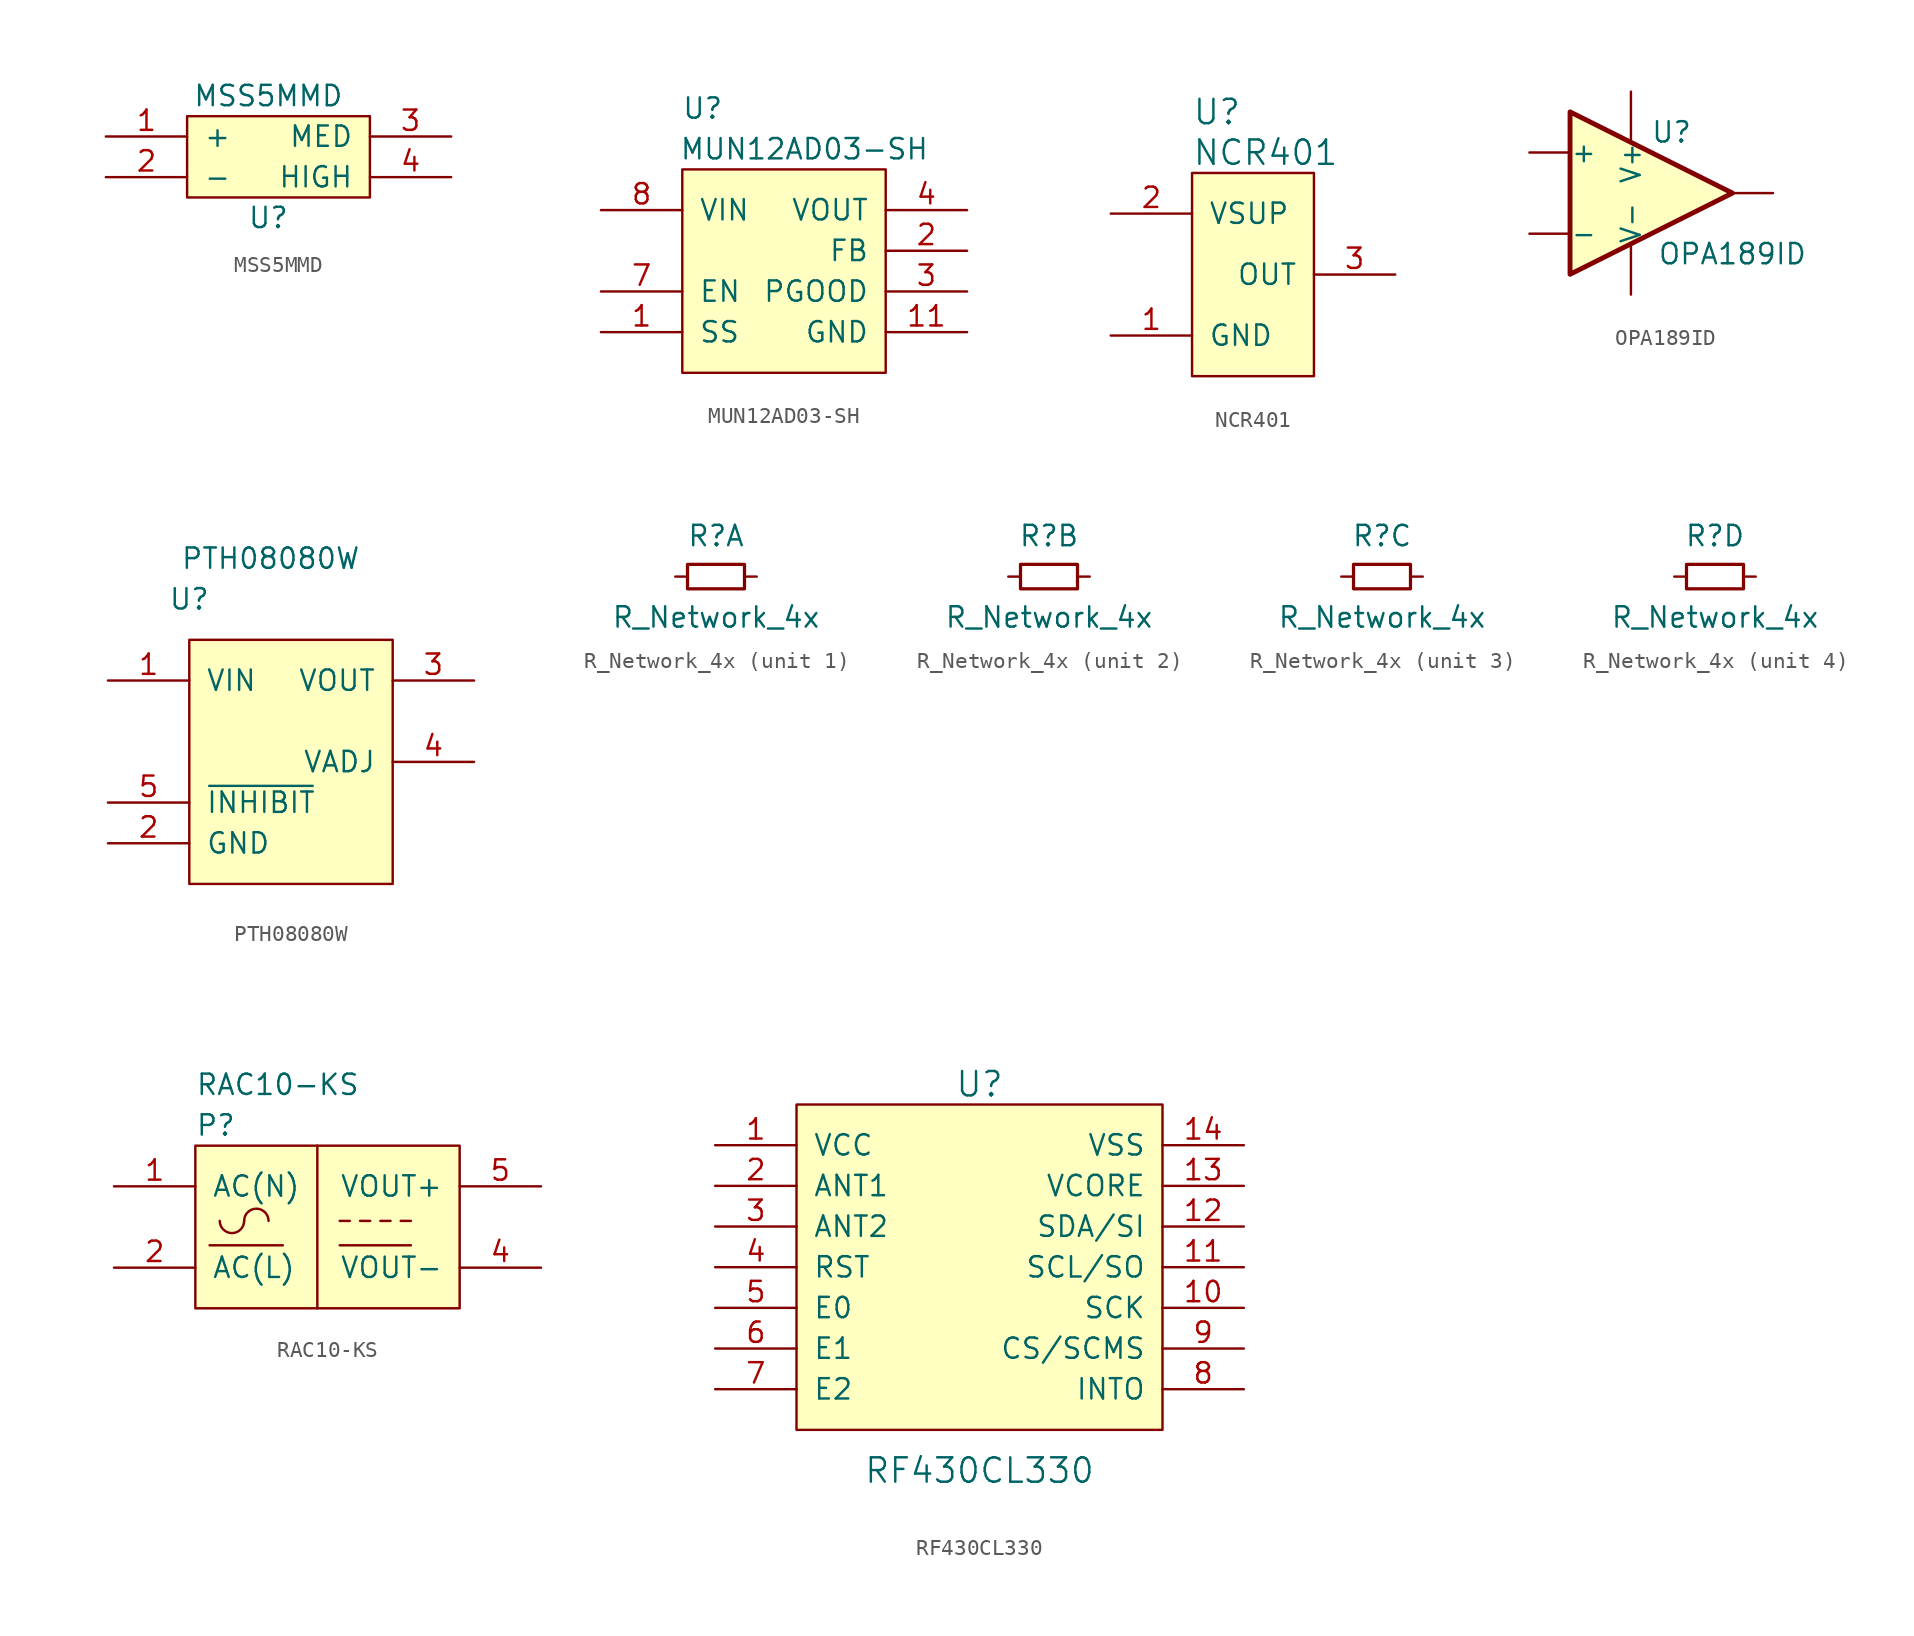
<source format=kicad_sym>
(kicad_symbol_lib
  (version 20201005)
  (generator kicad_symbol_editor)
  (symbol "goyman:MSS5MMD"
    (pin_names
      (offset 1.016))
    (property "Reference" "U"
      (at 0 -3.81 0)
      (effects (font (size 1.27 1.27))))
    (property "Value" "MSS5MMD"
      (at 0 3.81 0)
      (effects (font (size 1.27 1.27))))
    (symbol "MSS5MMD_0_1"
      (rectangle (start -5.08 2.54) (end 6.35 -2.54) (stroke (width 0)) (fill (type background))))
    (symbol "MSS5MMD_1_1"
      (pin power_in line (at -10.16 1.27 0) (length 5.08) (name "+" (effects (font (size 1.27 1.27)))) (number "1" (effects (font (size 1.27 1.27)))))
      (pin power_in line (at -10.16 -1.27 0) (length 5.08) (name "-" (effects (font (size 1.27 1.27)))) (number "2" (effects (font (size 1.27 1.27)))))
      (pin power_in line (at 11.43 1.27 180) (length 5.08) (name "MED" (effects (font (size 1.27 1.27)))) (number "3" (effects (font (size 1.27 1.27)))))
      (pin power_in line (at 11.43 -1.27 180) (length 5.08) (name "HIGH" (effects (font (size 1.27 1.27)))) (number "4" (effects (font (size 1.27 1.27)))))))
  (symbol "goyman:MUN12AD03-SH"
    (pin_names
      (offset 1.016))
    (property "Reference" "U"
      (at 1.27 3.81 0)
      (effects (font (size 1.27 1.27))))
    (property "Value" "MUN12AD03-SH"
      (at 7.62 1.27 0)
      (effects (font (size 1.27 1.27))))
    (symbol "MUN12AD03-SH_0_1"
      (rectangle (start 0 0) (end 12.7 -12.7) (stroke (width 0)) (fill (type background))))
    (symbol "MUN12AD03-SH_1_1"
      (pin passive line (at -5.08 -10.16 0) (length 5.08) (name "SS" (effects (font (size 1.27 1.27)))) (number "1" (effects (font (size 1.27 1.27)))))
      (pin passive line (at 17.78 -10.16 180) (length 5.08) hide (name "GND" (effects (font (size 1.27 1.27)))) (number "10" (effects (font (size 1.27 1.27)))))
      (pin passive line (at 17.78 -10.16 180) (length 5.08) (name "GND" (effects (font (size 1.27 1.27)))) (number "11" (effects (font (size 1.27 1.27)))))
      (pin passive line (at 17.78 -5.08 180) (length 5.08) (name "FB" (effects (font (size 1.27 1.27)))) (number "2" (effects (font (size 1.27 1.27)))))
      (pin passive line (at 17.78 -7.62 180) (length 5.08) (name "PGOOD" (effects (font (size 1.27 1.27)))) (number "3" (effects (font (size 1.27 1.27)))))
      (pin passive line (at 17.78 -2.54 180) (length 5.08) (name "VOUT" (effects (font (size 1.27 1.27)))) (number "4" (effects (font (size 1.27 1.27)))))
      (pin passive line (at 17.78 -10.16 180) (length 5.08) hide (name "GND" (effects (font (size 1.27 1.27)))) (number "5" (effects (font (size 1.27 1.27)))))
      (pin unconnected line (at -5.08 -5.08 0) (length 5.08) hide (name "NC" (effects (font (size 1.27 1.27)))) (number "6" (effects (font (size 1.27 1.27)))))
      (pin passive line (at -5.08 -7.62 0) (length 5.08) (name "EN" (effects (font (size 1.27 1.27)))) (number "7" (effects (font (size 1.27 1.27)))))
      (pin passive line (at -5.08 -2.54 0) (length 5.08) (name "VIN" (effects (font (size 1.27 1.27)))) (number "8" (effects (font (size 1.27 1.27)))))
      (pin passive line (at 17.78 -2.54 180) (length 5.08) hide (name "VOUT" (effects (font (size 1.27 1.27)))) (number "9" (effects (font (size 1.27 1.27)))))))
  (symbol "goyman:NCR401"
    (pin_names
      (offset 1.016))
    (property "Reference" "U"
      (at 0 3.81 0)
      (effects (font (size 1.524 1.524)) (justify left)))
    (property "Value" "NCR401"
      (at 0 1.27 0)
      (effects (font (size 1.524 1.524)) (justify left)))
    (symbol "NCR401_0_1"
      (rectangle (start 0 0) (end 7.62 -12.7) (stroke (width 0)) (fill (type background))))
    (symbol "NCR401_1_1"
      (pin passive line (at -5.08 -10.16 0) (length 5.08) (name "GND" (effects (font (size 1.27 1.27)))) (number "1" (effects (font (size 1.27 1.27)))))
      (pin passive line (at -5.08 -2.54 0) (length 5.08) (name "VSUP" (effects (font (size 1.27 1.27)))) (number "2" (effects (font (size 1.27 1.27)))))
      (pin passive line (at 12.7 -6.35 180) (length 5.08) (name "OUT" (effects (font (size 1.27 1.27)))) (number "3" (effects (font (size 1.27 1.27)))))))
  (symbol "goyman:OPA189ID"
    (pin_numbers hide)
    (pin_names
      (offset 0.025))
    (property "Reference" "U"
      (at 6.35 3.81 0)
      (effects (font (size 1.27 1.27))))
    (property "Value" "OPA189ID"
      (at 10.16 -3.81 0)
      (effects (font (size 1.27 1.27))))
    (symbol "OPA189ID_0_1"
      (polyline (pts (xy 0 5.08) (xy 10.16 0) (xy 0 -5.08) (xy 0 5.08)) (stroke (width 0.305)) (fill (type background))))
    (symbol "OPA189ID_1_1"
      (pin input line (at -2.54 -2.54 0) (length 2.54) (name "-" (effects (font (size 1.194 1.194)))) (number "2" (effects (font (size 0.991 0.991)))))
      (pin input line (at -2.54 2.54 0) (length 2.54) (name "+" (effects (font (size 1.194 1.194)))) (number "3" (effects (font (size 0.991 0.991)))))
      (pin power_in line (at 3.81 -6.35 90) (length 3.099) (name "V-" (effects (font (size 1.194 1.194)))) (number "4" (effects (font (size 0.991 0.991)))))
      (pin output line (at 12.7 0 180) (length 2.54) (name "~" (effects (font (size 0.991 0.991)))) (number "6" (effects (font (size 0.991 0.991)))))
      (pin power_in line (at 3.81 6.35 270) (length 3.099) (name "V+" (effects (font (size 1.194 1.194)))) (number "7" (effects (font (size 0.991 0.991)))))))
  (symbol "goyman:PTH08080W"
    (pin_names
      (offset 1.016))
    (property "Reference" "U"
      (at 0 2.54 0)
      (effects (font (size 1.27 1.27))))
    (property "Value" "PTH08080W"
      (at 5.08 5.08 0)
      (effects (font (size 1.27 1.27))))
    (symbol "PTH08080W_0_1"
      (rectangle (start 0 0) (end 12.7 -15.24) (stroke (width 0)) (fill (type background))))
    (symbol "PTH08080W_1_1"
      (pin passive line (at -5.08 -2.54 0) (length 5.08) (name "VIN" (effects (font (size 1.27 1.27)))) (number "1" (effects (font (size 1.27 1.27)))))
      (pin passive line (at -5.08 -12.7 0) (length 5.08) (name "GND" (effects (font (size 1.27 1.27)))) (number "2" (effects (font (size 1.27 1.27)))))
      (pin passive line (at 17.78 -2.54 180) (length 5.08) (name "VOUT" (effects (font (size 1.27 1.27)))) (number "3" (effects (font (size 1.27 1.27)))))
      (pin passive line (at 17.78 -7.62 180) (length 5.08) (name "VADJ" (effects (font (size 1.27 1.27)))) (number "4" (effects (font (size 1.27 1.27)))))
      (pin passive line (at -5.08 -10.16 0) (length 5.08) (name "~INHIBIT~" (effects (font (size 1.27 1.27)))) (number "5" (effects (font (size 1.27 1.27)))))))
  (symbol "goyman:R_Network_4x"
    (pin_numbers hide)
    (pin_names
      (offset 1.016) hide)
    (property "Reference" "R"
      (at 0 2.54 0)
      (effects (font (size 1.27 1.27))))
    (property "Value" "R_Network_4x"
      (at 0 -2.54 0)
      (effects (font (size 1.27 1.27))))
    (symbol "R_Network_4x_0_0"
      (rectangle (start -1.778 0.762) (end 1.778 -0.762) (stroke (width 0.203)) (fill (type none))))
    (symbol "R_Network_4x_1_0"
      (pin passive line (at -2.54 0 0) (length 0.762) (name "4" (effects (font (size 1.27 1.27)))) (number "1" (effects (font (size 1.27 1.27)))))
      (pin passive line (at 2.54 0 180) (length 0.762) (name "5" (effects (font (size 1.27 1.27)))) (number "8" (effects (font (size 1.27 1.27))))))
    (symbol "R_Network_4x_2_0"
      (pin passive line (at -2.54 0 0) (length 0.762) (name "4" (effects (font (size 1.27 1.27)))) (number "2" (effects (font (size 1.27 1.27)))))
      (pin passive line (at 2.54 0 180) (length 0.762) (name "5" (effects (font (size 1.27 1.27)))) (number "7" (effects (font (size 1.27 1.27))))))
    (symbol "R_Network_4x_3_0"
      (pin passive line (at -2.54 0 0) (length 0.762) (name "4" (effects (font (size 1.27 1.27)))) (number "3" (effects (font (size 1.27 1.27)))))
      (pin passive line (at 2.54 0 180) (length 0.762) (name "5" (effects (font (size 1.27 1.27)))) (number "6" (effects (font (size 1.27 1.27))))))
    (symbol "R_Network_4x_4_0"
      (pin passive line (at -2.54 0 0) (length 0.762) (name "4" (effects (font (size 1.27 1.27)))) (number "4" (effects (font (size 1.27 1.27)))))
      (pin passive line (at 2.54 0 180) (length 0.762) (name "5" (effects (font (size 1.27 1.27)))) (number "5" (effects (font (size 1.27 1.27)))))))
  (symbol "goyman:RAC10-KS"
    (pin_names
      (offset 1.016))
    (property "Reference" "P"
      (at 0 1.27 0)
      (effects (font (size 1.27 1.27)) (justify left)))
    (property "Value" "RAC10-KS"
      (at 0 3.81 0)
      (effects (font (size 1.27 1.27)) (justify left)))
    (symbol "RAC10-KS_0_0"
      (arc (start 1.524 -4.699) (end 3.048 -4.699) (radius (at 2.286 -4.699) (length 0.762) (angles -179.9 -0.1)) (stroke (width 0)) (fill (type none)))
      (arc (start 4.572 -4.699) (end 3.048 -4.699) (radius (at 3.81 -4.699) (length 0.762) (angles 0.1 179.9)) (stroke (width 0)) (fill (type none)))
      (text "~" (at 2.54 5.08 0) (effects (font (size 1.27 1.27))))
      (polyline (pts (xy 0.889 -6.223) (xy 5.461 -6.223)) (stroke (width 0)) (fill (type none)))
      (polyline (pts (xy 9.017 -6.223) (xy 13.462 -6.223)) (stroke (width 0)) (fill (type none)))
      (polyline (pts (xy 9.017 -4.699) (xy 9.652 -4.699)) (stroke (width 0)) (fill (type none)))
      (polyline (pts (xy 10.287 -4.699) (xy 10.922 -4.699)) (stroke (width 0)) (fill (type none)))
      (polyline (pts (xy 11.557 -4.699) (xy 12.192 -4.699)) (stroke (width 0)) (fill (type none)))
      (polyline (pts (xy 12.827 -4.699) (xy 13.462 -4.699)) (stroke (width 0)) (fill (type none))))
    (symbol "RAC10-KS_0_1"
      (rectangle (start 0 0) (end 16.51 -10.16) (stroke (width 0)) (fill (type background)))
      (polyline (pts (xy 7.62 0) (xy 7.62 -10.16)) (stroke (width 0)) (fill (type none))))
    (symbol "RAC10-KS_1_1"
      (pin passive line (at -5.08 -2.54 0) (length 5.08) (name "AC(N)" (effects (font (size 1.27 1.27)))) (number "1" (effects (font (size 1.27 1.27)))))
      (pin passive line (at -5.08 -7.62 0) (length 5.08) (name "AC(L)" (effects (font (size 1.27 1.27)))) (number "2" (effects (font (size 1.27 1.27)))))
      (pin passive line (at 21.59 -7.62 180) (length 5.08) (name "VOUT-" (effects (font (size 1.27 1.27)))) (number "4" (effects (font (size 1.27 1.27)))))
      (pin passive line (at 21.59 -2.54 180) (length 5.08) (name "VOUT+" (effects (font (size 1.27 1.27)))) (number "5" (effects (font (size 1.27 1.27)))))))
  (symbol "goyman:RF430CL330"
    (pin_names
      (offset 1.016))
    (property "Reference" "U"
      (at 0 11.43 0)
      (effects (font (size 1.524 1.524))))
    (property "Value" "RF430CL330"
      (at 0 -12.7 0)
      (effects (font (size 1.524 1.524))))
    (symbol "RF430CL330_0_1"
      (rectangle (start -11.43 10.16) (end 11.43 -10.16) (stroke (width 0)) (fill (type background))))
    (symbol "RF430CL330_1_1"
      (pin input line (at -16.51 7.62 0) (length 5.08) (name "VCC" (effects (font (size 1.27 1.27)))) (number "1" (effects (font (size 1.27 1.27)))))
      (pin input line (at 16.51 -2.54 180) (length 5.08) (name "SCK" (effects (font (size 1.27 1.27)))) (number "10" (effects (font (size 1.27 1.27)))))
      (pin input line (at 16.51 0 180) (length 5.08) (name "SCL/SO" (effects (font (size 1.27 1.27)))) (number "11" (effects (font (size 1.27 1.27)))))
      (pin input line (at 16.51 2.54 180) (length 5.08) (name "SDA/SI" (effects (font (size 1.27 1.27)))) (number "12" (effects (font (size 1.27 1.27)))))
      (pin input line (at 16.51 5.08 180) (length 5.08) (name "VCORE" (effects (font (size 1.27 1.27)))) (number "13" (effects (font (size 1.27 1.27)))))
      (pin input line (at 16.51 7.62 180) (length 5.08) (name "VSS" (effects (font (size 1.27 1.27)))) (number "14" (effects (font (size 1.27 1.27)))))
      (pin input line (at -16.51 5.08 0) (length 5.08) (name "ANT1" (effects (font (size 1.27 1.27)))) (number "2" (effects (font (size 1.27 1.27)))))
      (pin input line (at -16.51 2.54 0) (length 5.08) (name "ANT2" (effects (font (size 1.27 1.27)))) (number "3" (effects (font (size 1.27 1.27)))))
      (pin input line (at -16.51 0 0) (length 5.08) (name "RST" (effects (font (size 1.27 1.27)))) (number "4" (effects (font (size 1.27 1.27)))))
      (pin input line (at -16.51 -2.54 0) (length 5.08) (name "E0" (effects (font (size 1.27 1.27)))) (number "5" (effects (font (size 1.27 1.27)))))
      (pin input line (at -16.51 -5.08 0) (length 5.08) (name "E1" (effects (font (size 1.27 1.27)))) (number "6" (effects (font (size 1.27 1.27)))))
      (pin input line (at -16.51 -7.62 0) (length 5.08) (name "E2" (effects (font (size 1.27 1.27)))) (number "7" (effects (font (size 1.27 1.27)))))
      (pin input line (at 16.51 -7.62 180) (length 5.08) (name "INTO" (effects (font (size 1.27 1.27)))) (number "8" (effects (font (size 1.27 1.27)))))
      (pin input line (at 16.51 -5.08 180) (length 5.08) (name "CS/SCMS" (effects (font (size 1.27 1.27)))) (number "9" (effects (font (size 1.27 1.27))))))))
</source>
